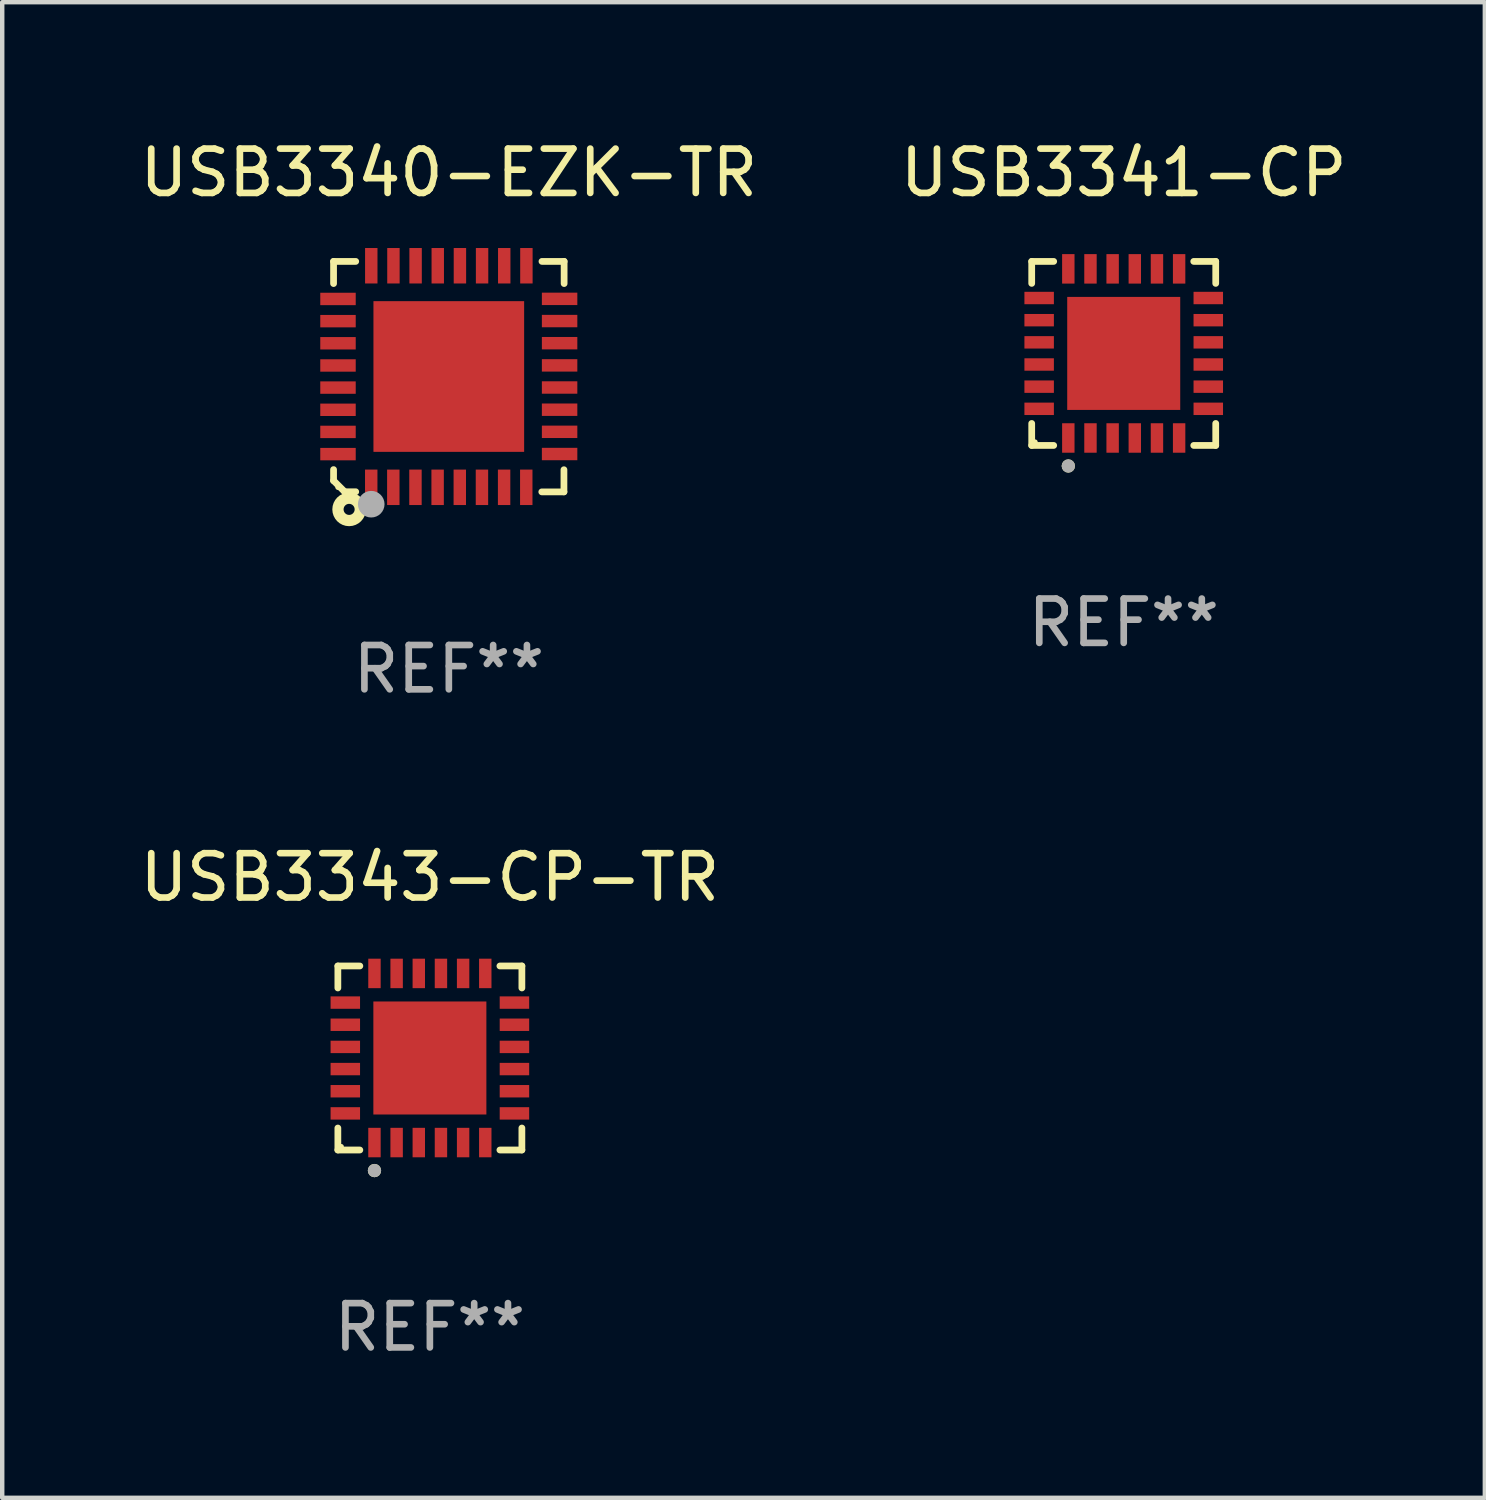
<source format=kicad_pcb>
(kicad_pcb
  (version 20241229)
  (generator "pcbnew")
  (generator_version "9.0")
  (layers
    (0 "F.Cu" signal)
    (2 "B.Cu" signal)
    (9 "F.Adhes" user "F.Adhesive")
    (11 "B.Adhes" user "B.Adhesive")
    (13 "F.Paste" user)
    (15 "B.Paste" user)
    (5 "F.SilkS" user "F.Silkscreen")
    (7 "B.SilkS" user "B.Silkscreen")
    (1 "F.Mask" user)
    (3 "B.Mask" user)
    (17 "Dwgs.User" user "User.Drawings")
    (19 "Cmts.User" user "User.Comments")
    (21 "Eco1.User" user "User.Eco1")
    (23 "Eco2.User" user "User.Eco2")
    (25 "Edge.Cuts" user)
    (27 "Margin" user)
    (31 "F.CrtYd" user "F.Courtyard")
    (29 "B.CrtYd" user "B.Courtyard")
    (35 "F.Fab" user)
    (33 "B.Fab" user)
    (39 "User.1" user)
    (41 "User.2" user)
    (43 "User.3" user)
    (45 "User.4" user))
  (footprint "USB3340-EZK-TR"
    (layer "F.Cu")
    (at 7.077 5.448)
    (property "Reference" "USB3340-EZK-TR" (at 0 -4.6 0) (layer "F.SilkS") (effects (font (size 1 1) (thickness 0.15))))
    (attr through_hole)
    (fp_line (start -2.601 2.097) (end -2.601 2.347) (stroke (width 0.152) (type solid)) (layer "F.SilkS"))
    (fp_line (start -2.601 2.347) (end -2.351 2.597) (stroke (width 0.152) (type solid)) (layer "F.SilkS"))
    (fp_line (start -2.601 -2.6) (end -2.601 -2.1) (stroke (width 0.152) (type solid)) (layer "F.SilkS"))
    (fp_line (start -2.601 -2.6) (end -2.101 -2.6) (stroke (width 0.152) (type solid)) (layer "F.SilkS"))
    (fp_line (start -2.351 2.597) (end -2.101 2.597) (stroke (width 0.152) (type solid)) (layer "F.SilkS"))
    (fp_line (start 2.597 2.6) (end 2.097 2.6) (stroke (width 0.152) (type solid)) (layer "F.SilkS"))
    (fp_line (start 2.597 2.6) (end 2.597 2.1) (stroke (width 0.152) (type solid)) (layer "F.SilkS"))
    (fp_line (start 2.601 -2.6) (end 2.101 -2.6) (stroke (width 0.152) (type solid)) (layer "F.SilkS"))
    (fp_line (start 2.601 -2.6) (end 2.601 -2.1) (stroke (width 0.152) (type solid)) (layer "F.SilkS"))
    (fp_circle (center -2.501 2.497) (end -2.471 2.497) (stroke (width 0.06) (type solid)) (fill no) (layer "F.SilkS"))
    (fp_circle (center -2.25 2.995) (end -2.125 2.995) (stroke (width 0.254) (type solid)) (fill no) (layer "F.SilkS"))
    (fp_circle (center -1.751 2.878) (end -1.601 2.878) (stroke (width 0.3) (type solid)) (fill no) (layer "F.Fab"))
    (fp_text user "REF**" (at 0 6.6 0) (layer "F.Fab") (effects (font (size 1 1) (thickness 0.15))))
    (pad "1" smd rect (at -1.751 2.497) (size 0.28 0.8) (layers "F.Cu" "F.Mask" "F.Paste"))
    (pad "2" smd rect (at -1.253 2.497) (size 0.28 0.8) (layers "F.Cu" "F.Mask" "F.Paste"))
    (pad "3" smd rect (at -0.753 2.497) (size 0.28 0.8) (layers "F.Cu" "F.Mask" "F.Paste"))
    (pad "4" smd rect (at -0.253 2.497) (size 0.28 0.8) (layers "F.Cu" "F.Mask" "F.Paste"))
    (pad "5" smd rect (at 0.247 2.497) (size 0.28 0.8) (layers "F.Cu" "F.Mask" "F.Paste"))
    (pad "6" smd rect (at 0.747 2.497) (size 0.28 0.8) (layers "F.Cu" "F.Mask" "F.Paste"))
    (pad "7" smd rect (at 1.247 2.497) (size 0.28 0.8) (layers "F.Cu" "F.Mask" "F.Paste"))
    (pad "8" smd rect (at 1.747 2.497) (size 0.28 0.8) (layers "F.Cu" "F.Mask" "F.Paste"))
    (pad "9" smd rect (at 2.499 1.746) (size 0.8 0.28) (layers "F.Cu" "F.Mask" "F.Paste"))
    (pad "10" smd rect (at 2.499 1.245) (size 0.8 0.28) (layers "F.Cu" "F.Mask" "F.Paste"))
    (pad "11" smd rect (at 2.499 0.746) (size 0.8 0.28) (layers "F.Cu" "F.Mask" "F.Paste"))
    (pad "12" smd rect (at 2.499 0.245) (size 0.8 0.28) (layers "F.Cu" "F.Mask" "F.Paste"))
    (pad "13" smd rect (at 2.499 -0.254) (size 0.8 0.28) (layers "F.Cu" "F.Mask" "F.Paste"))
    (pad "14" smd rect (at 2.499 -0.755) (size 0.8 0.28) (layers "F.Cu" "F.Mask" "F.Paste"))
    (pad "15" smd rect (at 2.499 -1.254) (size 0.8 0.28) (layers "F.Cu" "F.Mask" "F.Paste"))
    (pad "16" smd rect (at 2.499 -1.755) (size 0.8 0.28) (layers "F.Cu" "F.Mask" "F.Paste"))
    (pad "17" smd rect (at 1.75 -2.502) (size 0.28 0.8) (layers "F.Cu" "F.Mask" "F.Paste"))
    (pad "18" smd rect (at 1.25 -2.502) (size 0.28 0.8) (layers "F.Cu" "F.Mask" "F.Paste"))
    (pad "19" smd rect (at 0.75 -2.502) (size 0.28 0.8) (layers "F.Cu" "F.Mask" "F.Paste"))
    (pad "20" smd rect (at 0.25 -2.502) (size 0.28 0.8) (layers "F.Cu" "F.Mask" "F.Paste"))
    (pad "21" smd rect (at -0.25 -2.502) (size 0.28 0.8) (layers "F.Cu" "F.Mask" "F.Paste"))
    (pad "22" smd rect (at -0.75 -2.502) (size 0.28 0.8) (layers "F.Cu" "F.Mask" "F.Paste"))
    (pad "23" smd rect (at -1.25 -2.502) (size 0.28 0.8) (layers "F.Cu" "F.Mask" "F.Paste"))
    (pad "24" smd rect (at -1.75 -2.502) (size 0.28 0.8) (layers "F.Cu" "F.Mask" "F.Paste"))
    (pad "25" smd rect (at -2.501 -1.753) (size 0.8 0.28) (layers "F.Cu" "F.Mask" "F.Paste"))
    (pad "26" smd rect (at -2.501 -1.252) (size 0.8 0.28) (layers "F.Cu" "F.Mask" "F.Paste"))
    (pad "27" smd rect (at -2.501 -0.753) (size 0.8 0.28) (layers "F.Cu" "F.Mask" "F.Paste"))
    (pad "28" smd rect (at -2.501 -0.252) (size 0.8 0.28) (layers "F.Cu" "F.Mask" "F.Paste"))
    (pad "29" smd rect (at -2.501 0.247) (size 0.8 0.28) (layers "F.Cu" "F.Mask" "F.Paste"))
    (pad "30" smd rect (at -2.501 0.748) (size 0.8 0.28) (layers "F.Cu" "F.Mask" "F.Paste"))
    (pad "31" smd rect (at -2.501 1.247) (size 0.8 0.28) (layers "F.Cu" "F.Mask" "F.Paste"))
    (pad "32" smd rect (at -2.501 1.748) (size 0.8 0.28) (layers "F.Cu" "F.Mask" "F.Paste"))
    (pad "33" smd rect (at -0.001 -0.003 180) (size 3.4 3.4) (layers "F.Cu" "F.Mask" "F.Paste")))
  (footprint "USB3343-CP-TR"
    (layer "F.Cu")
    (at 6.649 20.821)
    (property "Reference" "USB3343-CP-TR" (at 0 -4.076 0) (layer "F.SilkS") (effects (font (size 1 1) (thickness 0.15))))
    (attr through_hole)
    (fp_line (start -2.076 -2.076) (end -1.58 -2.076) (stroke (width 0.152) (type solid)) (layer "F.SilkS"))
    (fp_line (start -2.076 -1.58) (end -2.076 -2.076) (stroke (width 0.152) (type solid)) (layer "F.SilkS"))
    (fp_line (start -2.076 1.58) (end -2.076 2.076) (stroke (width 0.152) (type solid)) (layer "F.SilkS"))
    (fp_line (start -2.076 2.076) (end -1.58 2.076) (stroke (width 0.152) (type solid)) (layer "F.SilkS"))
    (fp_line (start 2.076 -2.076) (end 1.58 -2.076) (stroke (width 0.152) (type solid)) (layer "F.SilkS"))
    (fp_line (start 2.076 -1.58) (end 2.076 -2.076) (stroke (width 0.152) (type solid)) (layer "F.SilkS"))
    (fp_line (start 2.076 1.58) (end 2.076 2.076) (stroke (width 0.152) (type solid)) (layer "F.SilkS"))
    (fp_line (start 2.076 2.076) (end 1.58 2.076) (stroke (width 0.152) (type solid)) (layer "F.SilkS"))
    (fp_circle (center -2 2) (end -1.97 2) (stroke (width 0.06) (type solid)) (fill no) (layer "F.SilkS"))
    (fp_circle (center -1.25 2.54) (end -1.175 2.54) (stroke (width 0.15) (type solid)) (fill no) (layer "F.SilkS"))
    (fp_circle (center -1.25 2.54) (end -1.175 2.54) (stroke (width 0.15) (type solid)) (fill no) (layer "F.Fab"))
    (fp_text user "REF**" (at 0 6.076 0) (layer "F.Fab") (effects (font (size 1 1) (thickness 0.15))))
    (pad "1" smd rect (at -1.25 1.908) (size 0.28 0.665) (layers "F.Cu" "F.Mask" "F.Paste"))
    (pad "2" smd rect (at -0.75 1.908) (size 0.28 0.665) (layers "F.Cu" "F.Mask" "F.Paste"))
    (pad "3" smd rect (at -0.25 1.908) (size 0.28 0.665) (layers "F.Cu" "F.Mask" "F.Paste"))
    (pad "4" smd rect (at 0.25 1.908) (size 0.28 0.665) (layers "F.Cu" "F.Mask" "F.Paste"))
    (pad "5" smd rect (at 0.75 1.908) (size 0.28 0.665) (layers "F.Cu" "F.Mask" "F.Paste"))
    (pad "6" smd rect (at 1.25 1.908) (size 0.28 0.665) (layers "F.Cu" "F.Mask" "F.Paste"))
    (pad "7" smd rect (at 1.908 1.25) (size 0.665 0.28) (layers "F.Cu" "F.Mask" "F.Paste"))
    (pad "8" smd rect (at 1.908 0.75) (size 0.665 0.28) (layers "F.Cu" "F.Mask" "F.Paste"))
    (pad "9" smd rect (at 1.908 0.25) (size 0.665 0.28) (layers "F.Cu" "F.Mask" "F.Paste"))
    (pad "10" smd rect (at 1.908 -0.25) (size 0.665 0.28) (layers "F.Cu" "F.Mask" "F.Paste"))
    (pad "11" smd rect (at 1.908 -0.75) (size 0.665 0.28) (layers "F.Cu" "F.Mask" "F.Paste"))
    (pad "12" smd rect (at 1.908 -1.25) (size 0.665 0.28) (layers "F.Cu" "F.Mask" "F.Paste"))
    (pad "13" smd rect (at 1.25 -1.908) (size 0.28 0.665) (layers "F.Cu" "F.Mask" "F.Paste"))
    (pad "14" smd rect (at 0.75 -1.908) (size 0.28 0.665) (layers "F.Cu" "F.Mask" "F.Paste"))
    (pad "15" smd rect (at 0.25 -1.908) (size 0.28 0.665) (layers "F.Cu" "F.Mask" "F.Paste"))
    (pad "16" smd rect (at -0.25 -1.908) (size 0.28 0.665) (layers "F.Cu" "F.Mask" "F.Paste"))
    (pad "17" smd rect (at -0.75 -1.908) (size 0.28 0.665) (layers "F.Cu" "F.Mask" "F.Paste"))
    (pad "18" smd rect (at -1.25 -1.908) (size 0.28 0.665) (layers "F.Cu" "F.Mask" "F.Paste"))
    (pad "19" smd rect (at -1.908 -1.25) (size 0.665 0.28) (layers "F.Cu" "F.Mask" "F.Paste"))
    (pad "20" smd rect (at -1.908 -0.75) (size 0.665 0.28) (layers "F.Cu" "F.Mask" "F.Paste"))
    (pad "21" smd rect (at -1.908 -0.25) (size 0.665 0.28) (layers "F.Cu" "F.Mask" "F.Paste"))
    (pad "22" smd rect (at -1.908 0.25) (size 0.665 0.28) (layers "F.Cu" "F.Mask" "F.Paste"))
    (pad "23" smd rect (at -1.908 0.75) (size 0.665 0.28) (layers "F.Cu" "F.Mask" "F.Paste"))
    (pad "24" smd rect (at -1.908 1.25) (size 0.665 0.28) (layers "F.Cu" "F.Mask" "F.Paste"))
    (pad "25" smd rect (at 0 0) (size 2.55 2.55) (layers "F.Cu" "F.Mask" "F.Paste")))
  (footprint "USB3341-CP"
    (layer "F.Cu")
    (at 22.304 4.924)
    (property "Reference" "USB3341-CP" (at 0 -4.076 0) (layer "F.SilkS") (effects (font (size 1 1) (thickness 0.15))))
    (attr through_hole)
    (fp_line (start -2.076 -2.076) (end -1.58 -2.076) (stroke (width 0.152) (type solid)) (layer "F.SilkS"))
    (fp_line (start -2.076 -1.58) (end -2.076 -2.076) (stroke (width 0.152) (type solid)) (layer "F.SilkS"))
    (fp_line (start -2.076 1.58) (end -2.076 2.076) (stroke (width 0.152) (type solid)) (layer "F.SilkS"))
    (fp_line (start -2.076 2.076) (end -1.58 2.076) (stroke (width 0.152) (type solid)) (layer "F.SilkS"))
    (fp_line (start 2.076 -2.076) (end 1.58 -2.076) (stroke (width 0.152) (type solid)) (layer "F.SilkS"))
    (fp_line (start 2.076 -1.58) (end 2.076 -2.076) (stroke (width 0.152) (type solid)) (layer "F.SilkS"))
    (fp_line (start 2.076 1.58) (end 2.076 2.076) (stroke (width 0.152) (type solid)) (layer "F.SilkS"))
    (fp_line (start 2.076 2.076) (end 1.58 2.076) (stroke (width 0.152) (type solid)) (layer "F.SilkS"))
    (fp_circle (center -2 2) (end -1.97 2) (stroke (width 0.06) (type solid)) (fill no) (layer "F.SilkS"))
    (fp_circle (center -1.25 2.54) (end -1.175 2.54) (stroke (width 0.15) (type solid)) (fill no) (layer "F.SilkS"))
    (fp_circle (center -1.25 2.54) (end -1.175 2.54) (stroke (width 0.15) (type solid)) (fill no) (layer "F.Fab"))
    (fp_text user "REF**" (at 0 6.076 0) (layer "F.Fab") (effects (font (size 1 1) (thickness 0.15))))
    (pad "1" smd rect (at -1.25 1.908) (size 0.28 0.665) (layers "F.Cu" "F.Mask" "F.Paste"))
    (pad "2" smd rect (at -0.75 1.908) (size 0.28 0.665) (layers "F.Cu" "F.Mask" "F.Paste"))
    (pad "3" smd rect (at -0.25 1.908) (size 0.28 0.665) (layers "F.Cu" "F.Mask" "F.Paste"))
    (pad "4" smd rect (at 0.25 1.908) (size 0.28 0.665) (layers "F.Cu" "F.Mask" "F.Paste"))
    (pad "5" smd rect (at 0.75 1.908) (size 0.28 0.665) (layers "F.Cu" "F.Mask" "F.Paste"))
    (pad "6" smd rect (at 1.25 1.908) (size 0.28 0.665) (layers "F.Cu" "F.Mask" "F.Paste"))
    (pad "7" smd rect (at 1.908 1.25) (size 0.665 0.28) (layers "F.Cu" "F.Mask" "F.Paste"))
    (pad "8" smd rect (at 1.908 0.75) (size 0.665 0.28) (layers "F.Cu" "F.Mask" "F.Paste"))
    (pad "9" smd rect (at 1.908 0.25) (size 0.665 0.28) (layers "F.Cu" "F.Mask" "F.Paste"))
    (pad "10" smd rect (at 1.908 -0.25) (size 0.665 0.28) (layers "F.Cu" "F.Mask" "F.Paste"))
    (pad "11" smd rect (at 1.908 -0.75) (size 0.665 0.28) (layers "F.Cu" "F.Mask" "F.Paste"))
    (pad "12" smd rect (at 1.908 -1.25) (size 0.665 0.28) (layers "F.Cu" "F.Mask" "F.Paste"))
    (pad "13" smd rect (at 1.25 -1.908) (size 0.28 0.665) (layers "F.Cu" "F.Mask" "F.Paste"))
    (pad "14" smd rect (at 0.75 -1.908) (size 0.28 0.665) (layers "F.Cu" "F.Mask" "F.Paste"))
    (pad "15" smd rect (at 0.25 -1.908) (size 0.28 0.665) (layers "F.Cu" "F.Mask" "F.Paste"))
    (pad "16" smd rect (at -0.25 -1.908) (size 0.28 0.665) (layers "F.Cu" "F.Mask" "F.Paste"))
    (pad "17" smd rect (at -0.75 -1.908) (size 0.28 0.665) (layers "F.Cu" "F.Mask" "F.Paste"))
    (pad "18" smd rect (at -1.25 -1.908) (size 0.28 0.665) (layers "F.Cu" "F.Mask" "F.Paste"))
    (pad "19" smd rect (at -1.908 -1.25) (size 0.665 0.28) (layers "F.Cu" "F.Mask" "F.Paste"))
    (pad "20" smd rect (at -1.908 -0.75) (size 0.665 0.28) (layers "F.Cu" "F.Mask" "F.Paste"))
    (pad "21" smd rect (at -1.908 -0.25) (size 0.665 0.28) (layers "F.Cu" "F.Mask" "F.Paste"))
    (pad "22" smd rect (at -1.908 0.25) (size 0.665 0.28) (layers "F.Cu" "F.Mask" "F.Paste"))
    (pad "23" smd rect (at -1.908 0.75) (size 0.665 0.28) (layers "F.Cu" "F.Mask" "F.Paste"))
    (pad "24" smd rect (at -1.908 1.25) (size 0.665 0.28) (layers "F.Cu" "F.Mask" "F.Paste"))
    (pad "25" smd rect (at 0 0) (size 2.55 2.55) (layers "F.Cu" "F.Mask" "F.Paste")))
  (gr_rect
    (start -3 -3)
    (end 30.452 30.745)
    (stroke (width 0.1) (type default))
    (fill no)
    (layer "Edge.Cuts")))
</source>
